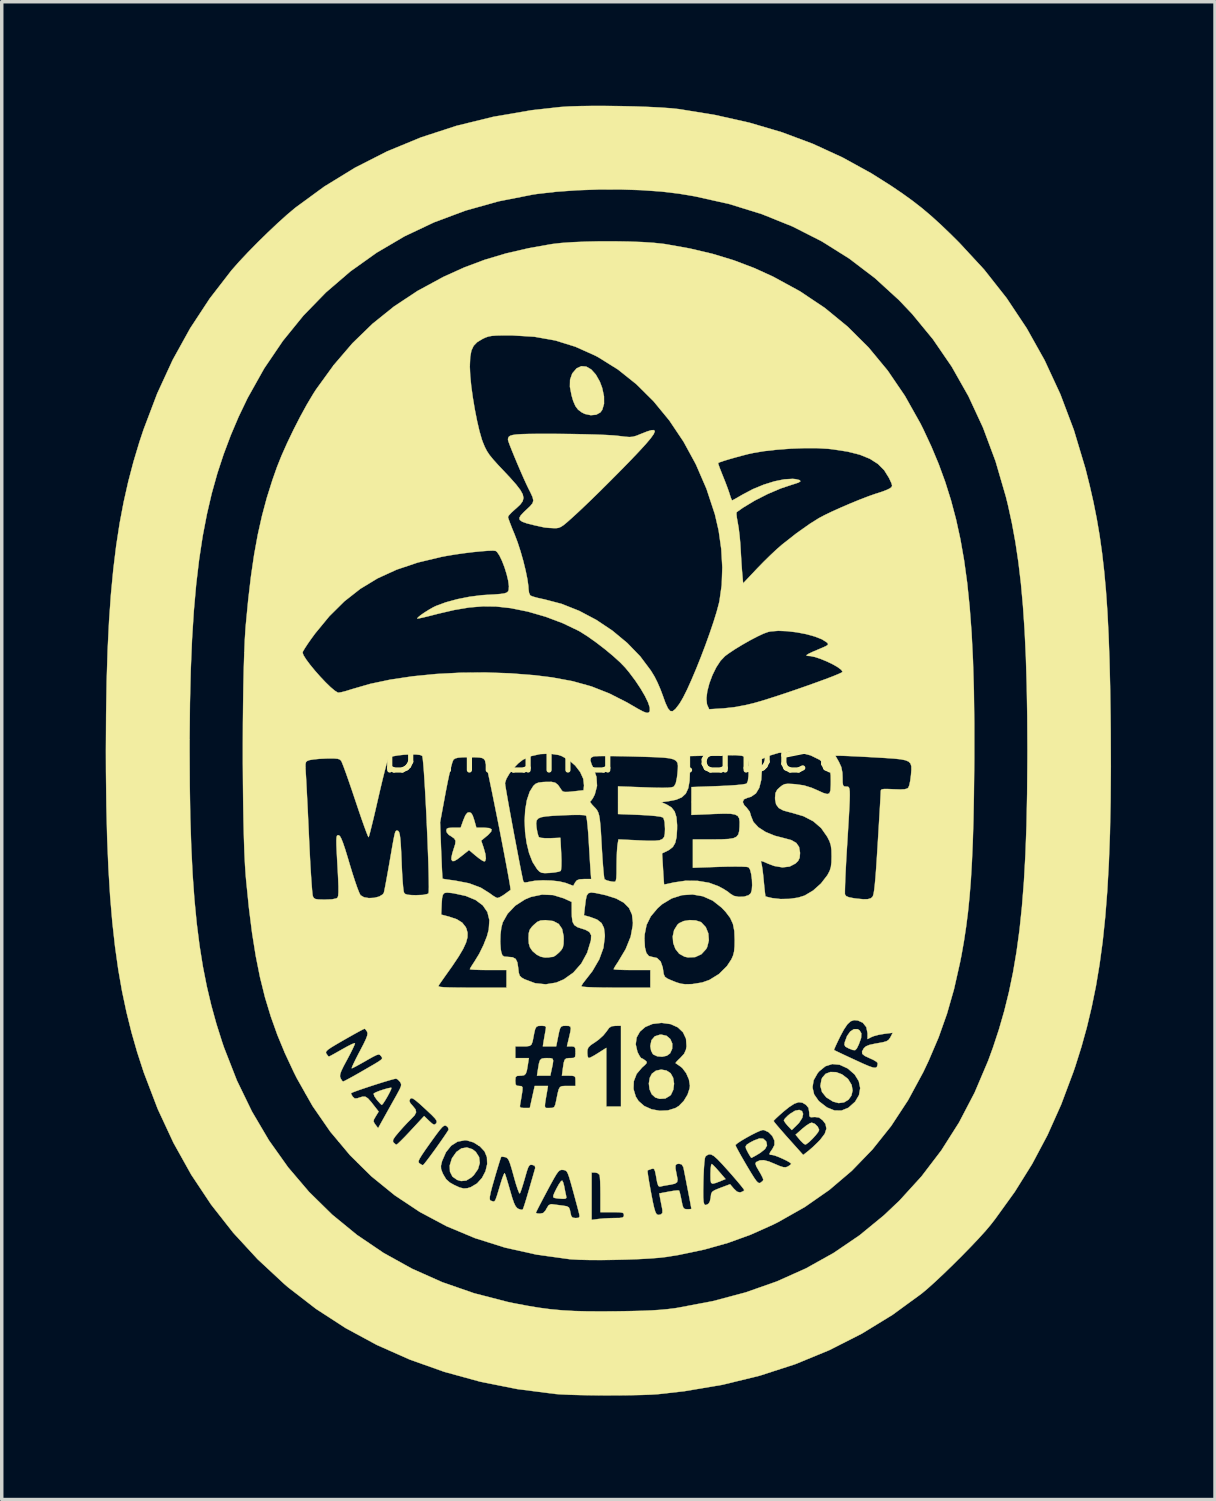
<source format=kicad_pcb>
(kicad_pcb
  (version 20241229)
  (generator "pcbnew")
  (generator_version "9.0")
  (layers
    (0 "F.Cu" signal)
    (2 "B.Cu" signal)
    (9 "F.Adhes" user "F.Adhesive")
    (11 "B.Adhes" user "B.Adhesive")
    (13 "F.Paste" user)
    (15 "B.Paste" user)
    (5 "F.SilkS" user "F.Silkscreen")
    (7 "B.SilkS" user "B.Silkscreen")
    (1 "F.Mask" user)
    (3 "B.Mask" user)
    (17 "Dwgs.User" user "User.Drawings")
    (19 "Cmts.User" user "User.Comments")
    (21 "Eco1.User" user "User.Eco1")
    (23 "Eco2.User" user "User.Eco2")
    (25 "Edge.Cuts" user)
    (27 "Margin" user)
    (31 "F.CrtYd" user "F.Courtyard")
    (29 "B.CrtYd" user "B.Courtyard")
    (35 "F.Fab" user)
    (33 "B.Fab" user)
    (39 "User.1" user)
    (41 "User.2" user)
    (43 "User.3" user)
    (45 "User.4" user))
  (footprint "banana-label"
    (layer "F.Cu")
    (at 14.482 18.582)
    (property "Reference" "banana-label" (at 0 0 0) (layer "F.SilkS") (effects (font (size 1.27 1.27) (thickness 0.15))))
    (attr through_hole)
    (fp_poly (pts (xy -1.647 8.892) (xy -1.591 8.911) (xy -1.574 8.965) (xy -1.588 9.071) (xy -1.612 9.184) (xy -1.658 9.398) (xy -2.042 9.398) (xy -2.012 9.202) (xy -1.985 9.043) (xy -1.954 8.949) (xy -1.903 8.905) (xy -1.818 8.891) (xy -1.752 8.89) (xy -1.647 8.892)) (stroke (width 0.01) (type solid)) (fill yes) (layer "F.SilkS"))
    (fp_poly (pts (xy 3 11.945) (xy 3.044 11.982) (xy 3.125 12.066) (xy 3.217 12.17) (xy 3.398 12.38) (xy 3.276 12.429) (xy 3.12 12.491) (xy 3.026 12.514) (xy 2.98 12.488) (xy 2.965 12.403) (xy 2.963 12.249) (xy 2.963 12.234) (xy 2.968 12.088) (xy 2.98 11.985) (xy 2.997 11.945) (xy 3 11.945)) (stroke (width 0.01) (type solid)) (fill yes) (layer "F.SilkS"))
    (fp_poly (pts (xy 5.603 10.419) (xy 5.635 10.5) (xy 5.61 10.615) (xy 5.521 10.753) (xy 5.469 10.808) (xy 5.308 10.965) (xy 5.194 10.846) (xy 5.121 10.759) (xy 5.082 10.693) (xy 5.08 10.683) (xy 5.111 10.634) (xy 5.189 10.555) (xy 5.252 10.502) (xy 5.403 10.408) (xy 5.523 10.385) (xy 5.603 10.419)) (stroke (width 0.01) (type solid)) (fill yes) (layer "F.SilkS"))
    (fp_poly (pts (xy 7.262 8.088) (xy 7.315 8.176) (xy 7.308 8.311) (xy 7.241 8.497) (xy 7.24 8.498) (xy 7.184 8.613) (xy 7.134 8.662) (xy 7.063 8.656) (xy 6.949 8.61) (xy 6.856 8.56) (xy 6.826 8.506) (xy 6.836 8.433) (xy 6.902 8.254) (xy 6.993 8.125) (xy 7.098 8.056) (xy 7.206 8.055) (xy 7.262 8.088)) (stroke (width 0.01) (type solid)) (fill yes) (layer "F.SilkS"))
    (fp_poly (pts (xy 1.694 9.249) (xy 1.813 9.327) (xy 1.886 9.459) (xy 1.912 9.628) (xy 1.891 9.801) (xy 1.825 9.944) (xy 1.801 9.971) (xy 1.661 10.056) (xy 1.495 10.066) (xy 1.37 10.026) (xy 1.268 9.933) (xy 1.205 9.79) (xy 1.185 9.623) (xy 1.211 9.459) (xy 1.273 9.34) (xy 1.39 9.253) (xy 1.541 9.222) (xy 1.694 9.249)) (stroke (width 0.01) (type solid)) (fill yes) (layer "F.SilkS"))
    (fp_poly (pts (xy 1.697 8.248) (xy 1.805 8.342) (xy 1.862 8.474) (xy 1.857 8.624) (xy 1.797 8.754) (xy 1.703 8.822) (xy 1.569 8.851) (xy 1.427 8.839) (xy 1.314 8.786) (xy 1.298 8.77) (xy 1.25 8.676) (xy 1.228 8.55) (xy 1.228 8.537) (xy 1.261 8.373) (xy 1.357 8.262) (xy 1.508 8.214) (xy 1.545 8.213) (xy 1.697 8.248)) (stroke (width 0.01) (type solid)) (fill yes) (layer "F.SilkS"))
    (fp_poly (pts (xy -3.905 11.519) (xy -3.807 11.596) (xy -3.712 11.744) (xy -3.692 11.914) (xy -3.743 12.092) (xy -3.863 12.264) (xy -3.934 12.332) (xy -4.083 12.423) (xy -4.232 12.437) (xy -4.345 12.404) (xy -4.479 12.31) (xy -4.552 12.167) (xy -4.56 11.991) (xy -4.5 11.795) (xy -4.488 11.77) (xy -4.366 11.597) (xy -4.221 11.495) (xy -4.063 11.468) (xy -3.905 11.519)) (stroke (width 0.01) (type solid)) (fill yes) (layer "F.SilkS"))
    (fp_poly (pts (xy 5.973 10.787) (xy 6.055 10.867) (xy 6.096 10.957) (xy 6.096 10.966) (xy 6.068 11.026) (xy 5.996 11.118) (xy 5.902 11.221) (xy 5.806 11.313) (xy 5.727 11.373) (xy 5.696 11.385) (xy 5.643 11.353) (xy 5.565 11.276) (xy 5.535 11.241) (xy 5.418 11.1) (xy 5.615 10.926) (xy 5.73 10.834) (xy 5.83 10.771) (xy 5.884 10.753) (xy 5.973 10.787)) (stroke (width 0.01) (type solid)) (fill yes) (layer "F.SilkS"))
    (fp_poly (pts (xy 6.587 9.296) (xy 6.754 9.358) (xy 6.91 9.475) (xy 6.939 9.506) (xy 7.035 9.665) (xy 7.062 9.825) (xy 7.028 9.972) (xy 6.943 10.091) (xy 6.817 10.167) (xy 6.661 10.188) (xy 6.498 10.145) (xy 6.303 10.022) (xy 6.18 9.869) (xy 6.133 9.694) (xy 6.165 9.507) (xy 6.188 9.454) (xy 6.285 9.343) (xy 6.424 9.291) (xy 6.587 9.296)) (stroke (width 0.01) (type solid)) (fill yes) (layer "F.SilkS"))
    (fp_poly (pts (xy -6.24 9.748) (xy -6.25 9.79) (xy -6.292 9.88) (xy -6.353 9.994) (xy -6.42 10.108) (xy -6.479 10.198) (xy -6.516 10.24) (xy -6.519 10.241) (xy -6.557 10.21) (xy -6.626 10.134) (xy -6.663 10.091) (xy -6.731 9.994) (xy -6.754 9.924) (xy -6.748 9.909) (xy -6.687 9.876) (xy -6.581 9.834) (xy -6.456 9.793) (xy -6.339 9.76) (xy -6.259 9.745) (xy -6.24 9.748)) (stroke (width 0.01) (type solid)) (fill yes) (layer "F.SilkS"))
    (fp_poly (pts (xy 4.484 11.214) (xy 4.563 11.287) (xy 4.575 11.308) (xy 4.594 11.41) (xy 4.538 11.512) (xy 4.403 11.621) (xy 4.343 11.658) (xy 4.234 11.721) (xy 4.16 11.761) (xy 4.141 11.768) (xy 4.115 11.735) (xy 4.064 11.65) (xy 4.037 11.601) (xy 3.988 11.503) (xy 3.977 11.436) (xy 4.015 11.382) (xy 4.112 11.322) (xy 4.22 11.266) (xy 4.374 11.208) (xy 4.484 11.214)) (stroke (width 0.01) (type solid)) (fill yes) (layer "F.SilkS"))
    (fp_poly (pts (xy -1.316 12.422) (xy -1.287 12.475) (xy -1.259 12.577) (xy -1.254 12.604) (xy -1.229 12.737) (xy -1.204 12.85) (xy -1.202 12.859) (xy -1.193 12.923) (xy -1.231 12.948) (xy -1.318 12.949) (xy -1.44 12.94) (xy -1.533 12.925) (xy -1.534 12.925) (xy -1.569 12.907) (xy -1.574 12.867) (xy -1.545 12.788) (xy -1.479 12.653) (xy -1.41 12.529) (xy -1.352 12.446) (xy -1.317 12.422) (xy -1.316 12.422)) (stroke (width 0.01) (type solid)) (fill yes) (layer "F.SilkS"))
    (fp_poly (pts (xy 2.537 4.919) (xy 2.68 4.964) (xy 2.7 4.977) (xy 2.828 5.114) (xy 2.901 5.295) (xy 2.916 5.494) (xy 2.868 5.687) (xy 2.838 5.744) (xy 2.701 5.894) (xy 2.521 5.977) (xy 2.314 5.986) (xy 2.215 5.965) (xy 2.061 5.88) (xy 1.951 5.741) (xy 1.887 5.568) (xy 1.874 5.38) (xy 1.913 5.199) (xy 2.009 5.044) (xy 2.06 4.998) (xy 2.191 4.937) (xy 2.362 4.91) (xy 2.537 4.919)) (stroke (width 0.01) (type solid)) (fill yes) (layer "F.SilkS"))
    (fp_poly (pts (xy -0.62 -11.057) (xy -0.478 -10.975) (xy -0.345 -10.828) (xy -0.228 -10.621) (xy -0.161 -10.441) (xy -0.109 -10.198) (xy -0.108 -9.983) (xy -0.159 -9.811) (xy -0.215 -9.734) (xy -0.334 -9.669) (xy -0.491 -9.655) (xy -0.659 -9.691) (xy -0.749 -9.735) (xy -0.856 -9.815) (xy -0.934 -9.919) (xy -0.998 -10.068) (xy -1.043 -10.222) (xy -1.092 -10.475) (xy -1.088 -10.678) (xy -1.029 -10.847) (xy -1.016 -10.87) (xy -0.897 -11.008) (xy -0.762 -11.069) (xy -0.62 -11.057)) (stroke (width 0.01) (type solid)) (fill yes) (layer "F.SilkS"))
    (fp_poly (pts (xy -1.573 4.937) (xy -1.416 5.02) (xy -1.318 5.163) (xy -1.274 5.369) (xy -1.271 5.447) (xy -1.275 5.599) (xy -1.295 5.698) (xy -1.341 5.775) (xy -1.4 5.839) (xy -1.491 5.919) (xy -1.564 5.965) (xy -1.58 5.97) (xy -1.662 5.978) (xy -1.714 5.988) (xy -1.815 5.989) (xy -1.933 5.966) (xy -2.051 5.906) (xy -2.163 5.811) (xy -2.177 5.796) (xy -2.245 5.695) (xy -2.278 5.583) (xy -2.286 5.432) (xy -2.28 5.288) (xy -2.252 5.19) (xy -2.189 5.103) (xy -2.142 5.055) (xy -2.037 4.963) (xy -1.939 4.921) (xy -1.802 4.911) (xy -1.792 4.911) (xy -1.573 4.937)) (stroke (width 0.01) (type solid)) (fill yes) (layer "F.SilkS"))
    (fp_poly (pts (xy -3.943 1.819) (xy -3.897 1.891) (xy -3.853 2.021) (xy -3.79 2.244) (xy -3.567 2.244) (xy -3.419 2.255) (xy -3.351 2.29) (xy -3.362 2.354) (xy -3.449 2.45) (xy -3.498 2.491) (xy -3.651 2.617) (xy -3.582 2.819) (xy -3.531 3) (xy -3.516 3.132) (xy -3.537 3.206) (xy -3.564 3.217) (xy -3.621 3.192) (xy -3.718 3.125) (xy -3.809 3.053) (xy -4.003 2.889) (xy -4.208 3.053) (xy -4.342 3.156) (xy -4.428 3.205) (xy -4.479 3.207) (xy -4.51 3.166) (xy -4.511 3.163) (xy -4.509 3.097) (xy -4.483 2.979) (xy -4.446 2.861) (xy -4.4 2.715) (xy -4.391 2.622) (xy -4.428 2.556) (xy -4.521 2.49) (xy -4.583 2.453) (xy -4.645 2.379) (xy -4.657 2.327) (xy -4.645 2.276) (xy -4.595 2.252) (xy -4.487 2.244) (xy -4.45 2.244) (xy -4.244 2.244) (xy -4.164 2.021) (xy -4.106 1.884) (xy -4.051 1.815) (xy -4 1.799) (xy -3.943 1.819)) (stroke (width 0.01) (type solid)) (fill yes) (layer "F.SilkS"))
    (fp_poly (pts (xy 1.357 -9.188) (xy 1.325 -9.111) (xy 1.238 -8.989) (xy 1.095 -8.82) (xy 0.893 -8.6) (xy 0.632 -8.326) (xy 0.519 -8.21) (xy 0.268 -7.955) (xy 0.005 -7.691) (xy -0.255 -7.433) (xy -0.498 -7.196) (xy -0.709 -6.994) (xy -0.838 -6.872) (xy -1.03 -6.696) (xy -1.171 -6.57) (xy -1.275 -6.484) (xy -1.354 -6.433) (xy -1.419 -6.406) (xy -1.482 -6.397) (xy -1.557 -6.397) (xy -1.558 -6.397) (xy -1.697 -6.404) (xy -1.812 -6.415) (xy -1.841 -6.42) (xy -2.125 -6.482) (xy -2.332 -6.534) (xy -2.468 -6.583) (xy -2.539 -6.634) (xy -2.55 -6.693) (xy -2.509 -6.766) (xy -2.422 -6.859) (xy -2.357 -6.92) (xy -2.238 -7.032) (xy -2.169 -7.116) (xy -2.147 -7.195) (xy -2.169 -7.292) (xy -2.232 -7.43) (xy -2.283 -7.529) (xy -2.344 -7.656) (xy -2.422 -7.827) (xy -2.51 -8.027) (xy -2.601 -8.239) (xy -2.689 -8.449) (xy -2.767 -8.64) (xy -2.829 -8.797) (xy -2.868 -8.905) (xy -2.879 -8.946) (xy -2.874 -8.993) (xy -2.856 -9.031) (xy -2.816 -9.061) (xy -2.745 -9.083) (xy -2.635 -9.099) (xy -2.478 -9.109) (xy -2.267 -9.115) (xy -1.992 -9.117) (xy -1.645 -9.117) (xy -1.401 -9.116) (xy -1.022 -9.112) (xy -0.662 -9.105) (xy -0.336 -9.096) (xy -0.055 -9.085) (xy 0.166 -9.072) (xy 0.317 -9.057) (xy 0.318 -9.057) (xy 0.501 -9.034) (xy 0.628 -9.025) (xy 0.727 -9.034) (xy 0.826 -9.062) (xy 0.951 -9.113) (xy 0.962 -9.117) (xy 1.136 -9.186) (xy 1.261 -9.223) (xy 1.335 -9.225) (xy 1.357 -9.188)) (stroke (width 0.01) (type solid)) (fill yes) (layer "F.SilkS"))
    (fp_poly (pts (xy -0.029 -18.576) (xy 0.38 -18.571) (xy 0.786 -18.562) (xy 1.173 -18.548) (xy 1.525 -18.53) (xy 1.825 -18.509) (xy 2.053 -18.485) (xy 3.102 -18.314) (xy 4.09 -18.092) (xy 5.025 -17.816) (xy 5.916 -17.483) (xy 6.771 -17.09) (xy 7.6 -16.634) (xy 8.17 -16.274) (xy 8.5 -16.05) (xy 8.791 -15.84) (xy 9.061 -15.63) (xy 9.326 -15.406) (xy 9.603 -15.155) (xy 9.907 -14.863) (xy 10.141 -14.63) (xy 10.856 -13.857) (xy 11.504 -13.035) (xy 12.085 -12.162) (xy 12.602 -11.238) (xy 13.055 -10.261) (xy 13.445 -9.228) (xy 13.772 -8.139) (xy 13.781 -8.107) (xy 13.902 -7.624) (xy 14.01 -7.148) (xy 14.105 -6.67) (xy 14.188 -6.183) (xy 14.259 -5.678) (xy 14.32 -5.147) (xy 14.371 -4.584) (xy 14.413 -3.979) (xy 14.446 -3.324) (xy 14.472 -2.613) (xy 14.491 -1.836) (xy 14.504 -0.987) (xy 14.508 -0.585) (xy 14.512 0.488) (xy 14.505 1.484) (xy 14.486 2.408) (xy 14.454 3.267) (xy 14.409 4.068) (xy 14.35 4.817) (xy 14.277 5.52) (xy 14.187 6.183) (xy 14.082 6.814) (xy 13.959 7.418) (xy 13.82 8.001) (xy 13.662 8.57) (xy 13.485 9.132) (xy 13.432 9.287) (xy 13.079 10.229) (xy 12.685 11.11) (xy 12.242 11.944) (xy 11.741 12.747) (xy 11.173 13.535) (xy 11.043 13.702) (xy 10.899 13.873) (xy 10.705 14.087) (xy 10.474 14.331) (xy 10.219 14.592) (xy 9.954 14.856) (xy 9.691 15.111) (xy 9.444 15.343) (xy 9.226 15.539) (xy 9.059 15.679) (xy 8.216 16.295) (xy 7.326 16.84) (xy 6.39 17.315) (xy 5.41 17.719) (xy 4.385 18.051) (xy 3.316 18.312) (xy 2.206 18.5) (xy 1.46 18.584) (xy 1.252 18.598) (xy 0.976 18.608) (xy 0.651 18.615) (xy 0.293 18.619) (xy -0.08 18.62) (xy -0.449 18.617) (xy -0.799 18.611) (xy -1.111 18.602) (xy -1.368 18.59) (xy -1.503 18.58) (xy -2.61 18.438) (xy -3.682 18.224) (xy -4.717 17.94) (xy -5.711 17.587) (xy -6.662 17.165) (xy -7.565 16.677) (xy -8.418 16.123) (xy -9.219 15.504) (xy -9.332 15.407) (xy -10.101 14.692) (xy -10.803 13.93) (xy -11.44 13.119) (xy -12.015 12.254) (xy -12.528 11.334) (xy -12.983 10.356) (xy -13.38 9.316) (xy -13.39 9.287) (xy -13.574 8.721) (xy -13.738 8.149) (xy -13.883 7.565) (xy -14.011 6.962) (xy -14.121 6.332) (xy -14.214 5.67) (xy -14.292 4.968) (xy -14.355 4.22) (xy -14.404 3.418) (xy -14.44 2.557) (xy -14.463 1.629) (xy -14.475 0.628) (xy -14.477 0.021) (xy -12.063 0.021) (xy -12.058 1.023) (xy -12.043 1.947) (xy -12.015 2.801) (xy -11.976 3.591) (xy -11.923 4.324) (xy -11.857 5.006) (xy -11.776 5.646) (xy -11.68 6.248) (xy -11.567 6.821) (xy -11.437 7.37) (xy -11.29 7.903) (xy -11.124 8.427) (xy -11.071 8.583) (xy -10.699 9.535) (xy -10.265 10.43) (xy -9.773 11.265) (xy -9.222 12.04) (xy -8.615 12.753) (xy -7.952 13.404) (xy -7.235 13.991) (xy -6.466 14.512) (xy -5.645 14.967) (xy -4.774 15.355) (xy -3.855 15.674) (xy -2.888 15.924) (xy -2.711 15.961) (xy -2.331 16.033) (xy -1.984 16.091) (xy -1.651 16.135) (xy -1.315 16.166) (xy -0.959 16.186) (xy -0.565 16.196) (xy -0.116 16.197) (xy 0.233 16.195) (xy 0.643 16.188) (xy 0.984 16.18) (xy 1.268 16.168) (xy 1.511 16.152) (xy 1.726 16.132) (xy 1.929 16.107) (xy 2.012 16.094) (xy 3.022 15.903) (xy 3.975 15.65) (xy 4.874 15.334) (xy 5.72 14.955) (xy 6.517 14.51) (xy 7.266 14) (xy 7.97 13.422) (xy 8.418 12.997) (xy 9.051 12.302) (xy 9.622 11.553) (xy 10.133 10.748) (xy 10.583 9.885) (xy 10.975 8.962) (xy 11.113 8.583) (xy 11.285 8.06) (xy 11.438 7.529) (xy 11.573 6.983) (xy 11.691 6.415) (xy 11.792 5.82) (xy 11.878 5.189) (xy 11.948 4.516) (xy 12.005 3.795) (xy 12.048 3.019) (xy 12.079 2.181) (xy 12.097 1.273) (xy 12.105 0.291) (xy 12.106 0.021) (xy 12.101 -0.954) (xy 12.086 -1.852) (xy 12.061 -2.68) (xy 12.025 -3.443) (xy 11.977 -4.15) (xy 11.918 -4.805) (xy 11.845 -5.418) (xy 11.759 -5.993) (xy 11.659 -6.538) (xy 11.545 -7.06) (xy 11.485 -7.303) (xy 11.186 -8.328) (xy 10.825 -9.296) (xy 10.404 -10.204) (xy 9.923 -11.054) (xy 9.381 -11.845) (xy 8.779 -12.577) (xy 8.402 -12.974) (xy 7.708 -13.608) (xy 6.966 -14.173) (xy 6.174 -14.67) (xy 5.332 -15.098) (xy 4.441 -15.457) (xy 3.501 -15.748) (xy 2.512 -15.969) (xy 2.053 -16.046) (xy 1.543 -16.107) (xy 0.973 -16.147) (xy 0.364 -16.167) (xy -0.262 -16.166) (xy -0.882 -16.144) (xy -1.475 -16.102) (xy -2.02 -16.04) (xy -2.159 -16.02) (xy -3.153 -15.824) (xy -4.102 -15.558) (xy -5.006 -15.221) (xy -5.862 -14.816) (xy -6.669 -14.342) (xy -7.425 -13.803) (xy -8.129 -13.198) (xy -8.779 -12.53) (xy -9.373 -11.798) (xy -9.911 -11.005) (xy -10.389 -10.152) (xy -10.648 -9.612) (xy -10.876 -9.076) (xy -11.08 -8.533) (xy -11.263 -7.977) (xy -11.424 -7.401) (xy -11.564 -6.799) (xy -11.686 -6.165) (xy -11.788 -5.493) (xy -11.873 -4.776) (xy -11.941 -4.009) (xy -11.993 -3.185) (xy -12.03 -2.297) (xy -12.053 -1.34) (xy -12.063 -0.307) (xy -12.063 0.021) (xy -14.477 0.021) (xy -14.471 -1.021) (xy -14.455 -1.987) (xy -14.427 -2.882) (xy -14.386 -3.713) (xy -14.332 -4.487) (xy -14.263 -5.211) (xy -14.18 -5.891) (xy -14.081 -6.535) (xy -13.965 -7.149) (xy -13.832 -7.74) (xy -13.681 -8.315) (xy -13.511 -8.881) (xy -13.39 -9.244) (xy -12.998 -10.278) (xy -12.551 -11.249) (xy -12.046 -12.162) (xy -11.482 -13.021) (xy -10.857 -13.83) (xy -10.846 -13.843) (xy -10.639 -14.078) (xy -10.386 -14.348) (xy -10.104 -14.635) (xy -9.81 -14.923) (xy -9.52 -15.197) (xy -9.251 -15.439) (xy -9.02 -15.633) (xy -9.017 -15.636) (xy -8.18 -16.249) (xy -7.295 -16.792) (xy -6.364 -17.266) (xy -5.387 -17.669) (xy -4.366 -18.002) (xy -3.301 -18.263) (xy -2.195 -18.453) (xy -1.359 -18.546) (xy -1.105 -18.562) (xy -0.788 -18.572) (xy -0.424 -18.577) (xy -0.029 -18.576)) (stroke (width 0.01) (type solid)) (fill yes) (layer "F.SilkS"))
    (fp_poly (pts (xy 0.606 -14.664) (xy 0.992 -14.65) (xy 1.333 -14.627) (xy 1.611 -14.597) (xy 1.651 -14.592) (xy 2.368 -14.464) (xy 3.022 -14.31) (xy 3.634 -14.124) (xy 4.222 -13.901) (xy 4.763 -13.655) (xy 5.541 -13.231) (xy 6.259 -12.751) (xy 6.919 -12.21) (xy 7.524 -11.608) (xy 8.074 -10.943) (xy 8.572 -10.212) (xy 9.02 -9.414) (xy 9.101 -9.252) (xy 9.335 -8.75) (xy 9.546 -8.245) (xy 9.734 -7.731) (xy 9.9 -7.203) (xy 10.046 -6.653) (xy 10.172 -6.077) (xy 10.279 -5.467) (xy 10.368 -4.818) (xy 10.439 -4.124) (xy 10.495 -3.379) (xy 10.535 -2.575) (xy 10.561 -1.709) (xy 10.573 -0.772) (xy 10.573 0.241) (xy 10.57 0.572) (xy 10.561 1.341) (xy 10.548 2.034) (xy 10.529 2.66) (xy 10.504 3.229) (xy 10.474 3.749) (xy 10.436 4.228) (xy 10.391 4.676) (xy 10.337 5.102) (xy 10.275 5.514) (xy 10.203 5.922) (xy 10.16 6.138) (xy 9.988 6.902) (xy 9.785 7.611) (xy 9.544 8.292) (xy 9.254 8.971) (xy 9.101 9.294) (xy 8.662 10.106) (xy 8.174 10.85) (xy 7.634 11.527) (xy 7.04 12.141) (xy 6.391 12.693) (xy 5.684 13.186) (xy 4.917 13.62) (xy 4.763 13.697) (xy 4.122 13.984) (xy 3.471 14.22) (xy 2.79 14.412) (xy 2.058 14.566) (xy 1.693 14.626) (xy 1.487 14.65) (xy 1.214 14.671) (xy 0.893 14.689) (xy 0.541 14.702) (xy 0.176 14.711) (xy -0.184 14.716) (xy -0.52 14.715) (xy -0.815 14.708) (xy -1.051 14.695) (xy -1.101 14.691) (xy -2.055 14.559) (xy -2.966 14.356) (xy -3.832 14.083) (xy -4.651 13.74) (xy -5.374 13.354) (xy -2.074 13.354) (xy -2.038 13.371) (xy -1.955 13.377) (xy -1.862 13.358) (xy -1.795 13.286) (xy -1.768 13.234) (xy -1.707 13.136) (xy -1.64 13.104) (xy -1.601 13.106) (xy -1.499 13.12) (xy -1.358 13.138) (xy -1.305 13.145) (xy -1.184 13.164) (xy -1.122 13.198) (xy -1.093 13.266) (xy -1.079 13.337) (xy -1.054 13.445) (xy -1.013 13.493) (xy -0.935 13.504) (xy -0.924 13.504) (xy -0.837 13.497) (xy -0.813 13.457) (xy -0.824 13.388) (xy -0.845 13.305) (xy -0.883 13.159) (xy -0.934 12.97) (xy -0.992 12.755) (xy -1.007 12.7) (xy -1.07 12.474) (xy -1.117 12.317) (xy -1.154 12.216) (xy -1.167 12.192) (xy -0.466 12.192) (xy -0.466 13.558) (xy -0.269 13.531) (xy -0.115 13.516) (xy 0.074 13.507) (xy 0.196 13.504) (xy 0.343 13.502) (xy 0.425 13.489) (xy 0.459 13.462) (xy 0.466 13.42) (xy 0.459 13.377) (xy 0.426 13.352) (xy 0.351 13.34) (xy 0.216 13.335) (xy 0.127 13.335) (xy -0.212 13.335) (xy -0.212 12.83) (xy -0.214 12.627) (xy -0.219 12.451) (xy -0.228 12.321) (xy -0.237 12.259) (xy -0.295 12.207) (xy -0.364 12.192) (xy -0.466 12.192) (xy -1.167 12.192) (xy -1.187 12.157) (xy -1.219 12.133) (xy 1.147 12.133) (xy 1.149 12.178) (xy 1.164 12.291) (xy 1.191 12.457) (xy 1.228 12.663) (xy 1.25 12.784) (xy 1.298 13.034) (xy 1.338 13.211) (xy 1.373 13.327) (xy 1.408 13.391) (xy 1.45 13.414) (xy 1.503 13.408) (xy 1.537 13.396) (xy 1.575 13.358) (xy 1.576 13.274) (xy 1.566 13.216) (xy 1.537 13.069) (xy 1.51 12.93) (xy 1.51 12.927) (xy 1.486 12.794) (xy 1.761 12.742) (xy 1.903 12.718) (xy 2.01 12.707) (xy 2.057 12.711) (xy 2.075 12.76) (xy 2.101 12.868) (xy 2.126 12.991) (xy 2.155 13.133) (xy 2.183 13.211) (xy 2.223 13.243) (xy 2.288 13.25) (xy 2.293 13.25) (xy 2.379 13.247) (xy 2.413 13.24) (xy 2.405 13.195) (xy 2.385 13.085) (xy 2.355 12.928) (xy 2.319 12.743) (xy 2.314 12.715) (xy 2.753 12.715) (xy 2.754 12.906) (xy 2.763 13.033) (xy 2.782 13.103) (xy 2.814 13.129) (xy 2.86 13.118) (xy 2.907 13.09) (xy 2.943 13.031) (xy 2.968 12.923) (xy 2.971 12.896) (xy 2.982 12.808) (xy 3.011 12.75) (xy 3.075 12.705) (xy 3.193 12.655) (xy 3.256 12.631) (xy 3.528 12.529) (xy 3.637 12.657) (xy 3.728 12.743) (xy 3.808 12.765) (xy 3.842 12.759) (xy 3.916 12.725) (xy 3.937 12.698) (xy 3.91 12.656) (xy 3.836 12.562) (xy 3.725 12.429) (xy 3.585 12.267) (xy 3.484 12.152) (xy 3.302 11.95) (xy 3.164 11.806) (xy 3.061 11.715) (xy 2.982 11.671) (xy 2.917 11.667) (xy 2.857 11.697) (xy 2.815 11.733) (xy 2.8 11.787) (xy 2.785 11.911) (xy 2.772 12.09) (xy 2.762 12.308) (xy 2.758 12.448) (xy 2.753 12.715) (xy 2.314 12.715) (xy 2.281 12.548) (xy 2.245 12.36) (xy 2.213 12.199) (xy 2.19 12.082) (xy 2.179 12.033) (xy 2.131 11.956) (xy 2.052 11.938) (xy 1.987 11.948) (xy 1.955 11.988) (xy 1.954 12.074) (xy 1.981 12.221) (xy 1.992 12.273) (xy 2.014 12.394) (xy 2 12.469) (xy 1.935 12.513) (xy 1.806 12.542) (xy 1.744 12.551) (xy 1.617 12.573) (xy 1.523 12.594) (xy 1.503 12.6) (xy 1.458 12.577) (xy 1.425 12.476) (xy 1.422 12.459) (xy 1.389 12.275) (xy 1.365 12.16) (xy 1.342 12.099) (xy 1.314 12.079) (xy 1.274 12.084) (xy 1.256 12.09) (xy 1.176 12.118) (xy 1.147 12.133) (xy -1.219 12.133) (xy -1.224 12.129) (xy -1.269 12.119) (xy -1.291 12.116) (xy -1.34 12.115) (xy -1.382 12.128) (xy -1.426 12.166) (xy -1.48 12.239) (xy -1.55 12.357) (xy -1.647 12.532) (xy -1.746 12.717) (xy -1.856 12.924) (xy -1.95 13.104) (xy -2.022 13.244) (xy -2.065 13.331) (xy -2.074 13.354) (xy -5.374 13.354) (xy -5.423 13.328) (xy -5.985 12.954) (xy -3.406 12.954) (xy -3.392 12.992) (xy -3.383 13) (xy -3.309 13.026) (xy -3.283 13.025) (xy -3.265 13.015) (xy -3.247 12.992) (xy -3.225 12.94) (xy -3.193 12.847) (xy -3.148 12.699) (xy -3.088 12.497) (xy -3.042 12.353) (xy -3.002 12.251) (xy -2.977 12.209) (xy -2.974 12.21) (xy -2.954 12.257) (xy -2.918 12.369) (xy -2.87 12.529) (xy -2.818 12.709) (xy -2.756 12.923) (xy -2.705 13.069) (xy -2.661 13.161) (xy -2.615 13.215) (xy -2.581 13.238) (xy -2.497 13.266) (xy -2.453 13.259) (xy -2.432 13.209) (xy -2.394 13.094) (xy -2.343 12.929) (xy -2.285 12.73) (xy -2.27 12.679) (xy -2.21 12.47) (xy -2.157 12.287) (xy -2.117 12.147) (xy -2.094 12.067) (xy -2.092 12.06) (xy -2.106 11.998) (xy -2.175 11.971) (xy -2.223 11.967) (xy -2.26 11.986) (xy -2.294 12.041) (xy -2.332 12.148) (xy -2.382 12.321) (xy -2.392 12.357) (xy -2.444 12.533) (xy -2.49 12.678) (xy -2.525 12.772) (xy -2.538 12.797) (xy -2.56 12.772) (xy -2.597 12.678) (xy -2.646 12.531) (xy -2.7 12.343) (xy -2.711 12.302) (xy -2.772 12.083) (xy -2.819 11.932) (xy -2.857 11.836) (xy -2.894 11.781) (xy -2.935 11.754) (xy -2.956 11.748) (xy -3.039 11.734) (xy -3.074 11.739) (xy -3.091 11.783) (xy -3.127 11.894) (xy -3.177 12.057) (xy -3.237 12.257) (xy -3.266 12.359) (xy -3.335 12.599) (xy -3.379 12.77) (xy -3.402 12.885) (xy -3.406 12.954) (xy -5.985 12.954) (xy -6.145 12.848) (xy -6.817 12.302) (xy -7.125 11.999) (xy -4.813 11.999) (xy -4.808 12.092) (xy -4.766 12.204) (xy -4.744 12.249) (xy -4.663 12.384) (xy -4.555 12.481) (xy -4.434 12.549) (xy -4.275 12.622) (xy -4.157 12.652) (xy -4.051 12.644) (xy -3.95 12.613) (xy -3.771 12.506) (xy -3.627 12.346) (xy -3.527 12.154) (xy -3.478 11.947) (xy -3.486 11.746) (xy -3.554 11.581) (xy -3.691 11.434) (xy -3.742 11.403) (xy 3.683 11.403) (xy 3.704 11.45) (xy 3.76 11.556) (xy 3.844 11.708) (xy 3.95 11.891) (xy 4.004 11.984) (xy 4.13 12.195) (xy 4.222 12.342) (xy 4.288 12.435) (xy 4.336 12.483) (xy 4.373 12.496) (xy 4.406 12.486) (xy 4.472 12.432) (xy 4.487 12.396) (xy 4.466 12.337) (xy 4.413 12.233) (xy 4.357 12.138) (xy 4.285 12.012) (xy 4.26 11.936) (xy 4.276 11.895) (xy 4.283 11.889) (xy 4.386 11.841) (xy 4.501 11.835) (xy 4.648 11.873) (xy 4.805 11.938) (xy 4.962 12.005) (xy 5.065 12.037) (xy 5.136 12.04) (xy 5.195 12.018) (xy 5.267 11.97) (xy 5.292 11.94) (xy 5.256 11.905) (xy 5.165 11.852) (xy 5.044 11.793) (xy 4.915 11.737) (xy 4.805 11.697) (xy 4.74 11.684) (xy 4.676 11.677) (xy 4.664 11.645) (xy 4.706 11.572) (xy 4.746 11.518) (xy 4.808 11.398) (xy 4.808 11.273) (xy 4.806 11.266) (xy 4.745 11.136) (xy 4.639 11.028) (xy 4.515 10.969) (xy 4.473 10.964) (xy 4.403 10.984) (xy 4.287 11.035) (xy 4.144 11.107) (xy 3.993 11.19) (xy 3.854 11.272) (xy 3.746 11.343) (xy 3.688 11.392) (xy 3.683 11.403) (xy -3.742 11.403) (xy -3.872 11.322) (xy -4.064 11.265) (xy -4.123 11.261) (xy -4.334 11.301) (xy -4.517 11.417) (xy -4.667 11.604) (xy -4.778 11.856) (xy -4.785 11.881) (xy -4.813 11.999) (xy -7.125 11.999) (xy -7.227 11.897) (xy -5.457 11.897) (xy -5.436 11.924) (xy -5.432 11.927) (xy -5.362 11.971) (xy -5.333 11.98) (xy -5.3 11.948) (xy -5.228 11.858) (xy -5.127 11.724) (xy -5.005 11.558) (xy -4.96 11.496) (xy -4.833 11.316) (xy -4.724 11.159) (xy -4.642 11.037) (xy -4.597 10.966) (xy -4.592 10.956) (xy -4.607 10.893) (xy -4.653 10.849) (xy -4.688 10.835) (xy -4.726 10.844) (xy -4.777 10.884) (xy -4.847 10.965) (xy -4.947 11.096) (xy -5.084 11.286) (xy -5.12 11.336) (xy -5.265 11.541) (xy -5.365 11.689) (xy -5.427 11.791) (xy -5.456 11.856) (xy -5.457 11.897) (xy -7.227 11.897) (xy -7.437 11.69) (xy -7.773 11.288) (xy -6.198 11.288) (xy -6.18 11.325) (xy -6.121 11.378) (xy -6.095 11.388) (xy -6.055 11.358) (xy -5.971 11.278) (xy -5.852 11.158) (xy -5.712 11.01) (xy -5.68 10.975) (xy -5.297 10.562) (xy -5.153 10.702) (xy -5.063 10.783) (xy -5.009 10.811) (xy -4.969 10.792) (xy -4.95 10.771) (xy -4.932 10.735) (xy -4.938 10.704) (xy 4.784 10.704) (xy 4.81 10.744) (xy 4.884 10.834) (xy 4.996 10.964) (xy 5.134 11.122) (xy 5.211 11.208) (xy 5.638 11.685) (xy 5.796 11.56) (xy 5.916 11.456) (xy 6.053 11.324) (xy 6.131 11.243) (xy 6.259 11.074) (xy 6.308 10.925) (xy 6.28 10.789) (xy 6.199 10.683) (xy 6.094 10.605) (xy 5.976 10.589) (xy 5.95 10.591) (xy 5.855 10.596) (xy 5.817 10.566) (xy 5.812 10.476) (xy 5.813 10.463) (xy 5.79 10.326) (xy 5.719 10.239) (xy 5.614 10.176) (xy 5.507 10.163) (xy 5.383 10.205) (xy 5.229 10.305) (xy 5.088 10.418) (xy 4.956 10.533) (xy 4.853 10.628) (xy 4.793 10.689) (xy 4.784 10.704) (xy -4.938 10.704) (xy -4.94 10.692) (xy -4.984 10.63) (xy -5.072 10.538) (xy -5.213 10.405) (xy -5.271 10.351) (xy -5.432 10.204) (xy -5.544 10.11) (xy -5.618 10.059) (xy -5.664 10.046) (xy -5.695 10.062) (xy -5.701 10.07) (xy -5.723 10.125) (xy -5.697 10.188) (xy -5.624 10.272) (xy -5.546 10.369) (xy -5.528 10.452) (xy -5.573 10.542) (xy -5.685 10.659) (xy -5.694 10.668) (xy -5.779 10.753) (xy -5.895 10.877) (xy -6.016 11.013) (xy -6.02 11.018) (xy -6.128 11.147) (xy -6.185 11.232) (xy -6.198 11.288) (xy -7.773 11.288) (xy -8.004 11.013) (xy -8.516 10.272) (xy -8.724 9.905) (xy -7.408 9.905) (xy -7.386 9.957) (xy -7.354 10.006) (xy -7.299 10.055) (xy -7.223 10.05) (xy -7.182 10.035) (xy -7.074 10.002) (xy -6.993 10.004) (xy -6.917 10.053) (xy -6.823 10.159) (xy -6.782 10.212) (xy -6.609 10.433) (xy -6.694 10.571) (xy -6.747 10.664) (xy -6.755 10.724) (xy -6.719 10.788) (xy -6.702 10.81) (xy -6.625 10.912) (xy -6.422 10.547) (xy -6.313 10.351) (xy -6.2 10.149) (xy -6.101 9.973) (xy -6.074 9.923) (xy -6 9.785) (xy -5.964 9.698) (xy -5.961 9.638) (xy -5.987 9.585) (xy -5.994 9.574) (xy -6.06 9.505) (xy -6.108 9.483) (xy -6.17 9.495) (xy -6.291 9.528) (xy -6.455 9.577) (xy -6.644 9.636) (xy -6.842 9.7) (xy -7.034 9.764) (xy -7.201 9.821) (xy -7.329 9.868) (xy -7.399 9.898) (xy -7.408 9.905) (xy -8.724 9.905) (xy -8.971 9.468) (xy -9.058 9.294) (xy -9.31 8.755) (xy -9.322 8.726) (xy -8.13 8.726) (xy -8.12 8.76) (xy -8.116 8.766) (xy -8.068 8.83) (xy -8.044 8.847) (xy -8 8.826) (xy -7.901 8.772) (xy -7.762 8.694) (xy -7.662 8.637) (xy -7.509 8.552) (xy -7.386 8.49) (xy -7.309 8.46) (xy -7.291 8.461) (xy -7.306 8.508) (xy -7.354 8.614) (xy -7.428 8.763) (xy -7.517 8.931) (xy -7.62 9.123) (xy -7.685 9.258) (xy -7.718 9.351) (xy -7.724 9.416) (xy -7.71 9.468) (xy -7.666 9.542) (xy -7.635 9.567) (xy -7.589 9.547) (xy -7.485 9.492) (xy -7.336 9.411) (xy -7.158 9.31) (xy -7.115 9.285) (xy -6.885 9.152) (xy -6.718 9.055) (xy -6.607 8.987) (xy -6.541 8.939) (xy -6.511 8.906) (xy -6.509 8.88) (xy -6.526 8.853) (xy -6.543 8.83) (xy -6.573 8.797) (xy -6.611 8.786) (xy -6.672 8.803) (xy -6.772 8.852) (xy -6.924 8.937) (xy -6.978 8.969) (xy -7.138 9.059) (xy -7.271 9.132) (xy -7.359 9.176) (xy -7.386 9.186) (xy -7.378 9.151) (xy -7.336 9.056) (xy -7.267 8.914) (xy -7.177 8.738) (xy -7.156 8.7) (xy -7.079 8.551) (xy -2.667 8.551) (xy -2.667 8.89) (xy -2.276 8.89) (xy -2.306 9.086) (xy -2.333 9.246) (xy -2.364 9.339) (xy -2.411 9.384) (xy -2.487 9.397) (xy -2.523 9.398) (xy -2.62 9.405) (xy -2.659 9.443) (xy -2.667 9.538) (xy -2.667 9.546) (xy -2.659 9.646) (xy -2.624 9.687) (xy -2.555 9.694) (xy -2.487 9.7) (xy -2.459 9.733) (xy -2.461 9.815) (xy -2.469 9.874) (xy -2.493 10.027) (xy -2.518 10.17) (xy -2.522 10.192) (xy -2.536 10.283) (xy -2.511 10.321) (xy -2.426 10.329) (xy -2.4 10.329) (xy -2.249 10.329) (xy -2.108 9.694) (xy -1.725 9.694) (xy -1.751 9.853) (xy -1.787 10.059) (xy -1.808 10.196) (xy -1.814 10.277) (xy -1.801 10.317) (xy -1.769 10.33) (xy -1.714 10.33) (xy -1.681 10.329) (xy -1.596 10.326) (xy -1.546 10.302) (xy -1.515 10.237) (xy -1.487 10.113) (xy -1.482 10.086) (xy -1.445 9.904) (xy -1.415 9.79) (xy -1.378 9.727) (xy -1.323 9.7) (xy -1.235 9.694) (xy -1.161 9.694) (xy -0.931 9.694) (xy -0.931 9.546) (xy -0.935 9.456) (xy -0.962 9.413) (xy -1.034 9.399) (xy -1.127 9.398) (xy -1.323 9.398) (xy -1.294 9.178) (xy -1.271 9.026) (xy -1.244 8.94) (xy -1.199 8.901) (xy -1.122 8.89) (xy -1.077 8.89) (xy -0.984 8.885) (xy -0.942 8.853) (xy -0.932 8.769) (xy -0.931 8.731) (xy -0.591 8.731) (xy -0.582 8.833) (xy -0.556 8.887) (xy -0.548 8.89) (xy -0.492 8.869) (xy -0.388 8.813) (xy -0.273 8.742) (xy -0.042 8.595) (xy -0.042 10.287) (xy 0.381 10.287) (xy 0.381 9.782) (xy 0.742 9.782) (xy 0.808 10.002) (xy 0.888 10.129) (xy 1.052 10.272) (xy 1.263 10.367) (xy 1.499 10.41) (xy 1.736 10.399) (xy 1.953 10.331) (xy 2.052 10.27) (xy 2.192 10.126) (xy 2.302 9.944) (xy 2.363 9.757) (xy 2.365 9.735) (xy 5.905 9.735) (xy 5.952 9.936) (xy 6.081 10.122) (xy 6.106 10.146) (xy 6.324 10.314) (xy 6.537 10.4) (xy 6.741 10.404) (xy 6.935 10.325) (xy 6.946 10.318) (xy 7.135 10.149) (xy 7.247 9.958) (xy 7.282 9.756) (xy 7.24 9.554) (xy 7.122 9.363) (xy 6.929 9.195) (xy 6.913 9.185) (xy 6.689 9.082) (xy 6.477 9.062) (xy 6.279 9.125) (xy 6.1 9.27) (xy 6.055 9.323) (xy 5.939 9.528) (xy 5.905 9.735) (xy 2.365 9.735) (xy 2.37 9.685) (xy 2.341 9.506) (xy 2.262 9.325) (xy 2.152 9.178) (xy 2.101 9.136) (xy 2.012 9.074) (xy 1.959 9.038) (xy 1.955 9.034) (xy 1.975 9.003) (xy 2.041 8.934) (xy 2.096 8.882) (xy 2.202 8.766) (xy 2.251 8.657) (xy 6.527 8.657) (xy 6.568 8.679) (xy 6.673 8.729) (xy 6.827 8.802) (xy 7.018 8.891) (xy 7.133 8.944) (xy 7.368 9.052) (xy 7.537 9.124) (xy 7.652 9.163) (xy 7.724 9.169) (xy 7.763 9.145) (xy 7.781 9.092) (xy 7.786 9.035) (xy 7.752 8.996) (xy 7.66 8.941) (xy 7.556 8.894) (xy 7.413 8.827) (xy 7.342 8.768) (xy 7.335 8.701) (xy 7.383 8.612) (xy 7.387 8.606) (xy 7.448 8.551) (xy 7.551 8.509) (xy 7.716 8.473) (xy 7.771 8.464) (xy 7.936 8.434) (xy 8.04 8.404) (xy 8.102 8.364) (xy 8.145 8.304) (xy 8.155 8.286) (xy 8.22 8.16) (xy 7.973 8.191) (xy 7.815 8.218) (xy 7.674 8.256) (xy 7.609 8.282) (xy 7.493 8.342) (xy 7.493 8.171) (xy 7.458 7.996) (xy 7.357 7.87) (xy 7.216 7.806) (xy 7.104 7.795) (xy 7.006 7.829) (xy 6.911 7.917) (xy 6.81 8.068) (xy 6.708 8.258) (xy 6.629 8.42) (xy 6.568 8.551) (xy 6.532 8.635) (xy 6.527 8.657) (xy 2.251 8.657) (xy 2.255 8.648) (xy 2.272 8.55) (xy 2.257 8.331) (xy 2.17 8.146) (xy 2.02 8.003) (xy 1.814 7.91) (xy 1.56 7.875) (xy 1.545 7.875) (xy 1.291 7.905) (xy 1.083 7.992) (xy 0.928 8.126) (xy 0.833 8.295) (xy 0.806 8.492) (xy 0.855 8.706) (xy 0.873 8.746) (xy 0.923 8.839) (xy 0.962 8.889) (xy 0.968 8.891) (xy 1.019 8.915) (xy 1.077 8.955) (xy 1.12 8.994) (xy 1.122 9.032) (xy 1.074 9.087) (xy 0.988 9.163) (xy 0.833 9.346) (xy 0.751 9.558) (xy 0.742 9.782) (xy 0.381 9.782) (xy 0.381 7.959) (xy 0.222 7.96) (xy 0.115 7.971) (xy 0.041 8.016) (xy -0.032 8.116) (xy -0.037 8.124) (xy -0.13 8.238) (xy -0.263 8.358) (xy -0.363 8.43) (xy -0.488 8.513) (xy -0.556 8.579) (xy -0.585 8.648) (xy -0.591 8.731) (xy -0.931 8.731) (xy -0.931 8.721) (xy -0.936 8.612) (xy -0.964 8.564) (xy -1.03 8.552) (xy -1.055 8.551) (xy -1.178 8.551) (xy -1.12 8.308) (xy -1.081 8.139) (xy -1.066 8.036) (xy -1.08 7.982) (xy -1.127 7.962) (xy -1.208 7.959) (xy -1.288 7.961) (xy -1.34 7.98) (xy -1.375 8.032) (xy -1.404 8.133) (xy -1.438 8.3) (xy -1.44 8.308) (xy -1.488 8.551) (xy -1.873 8.551) (xy -1.848 8.393) (xy -1.822 8.243) (xy -1.796 8.1) (xy -1.795 8.096) (xy -1.782 8.005) (xy -1.807 7.967) (xy -1.892 7.959) (xy -1.918 7.959) (xy -2.005 7.963) (xy -2.059 7.989) (xy -2.094 8.053) (xy -2.123 8.175) (xy -2.138 8.255) (xy -2.168 8.409) (xy -2.2 8.497) (xy -2.252 8.538) (xy -2.342 8.551) (xy -2.437 8.551) (xy -2.667 8.551) (xy -7.079 8.551) (xy -7.048 8.493) (xy -6.978 8.345) (xy -6.94 8.245) (xy -6.93 8.177) (xy -6.942 8.129) (xy -6.943 8.128) (xy -6.989 8.061) (xy -7.017 8.043) (xy -7.062 8.063) (xy -7.167 8.118) (xy -7.318 8.201) (xy -7.502 8.305) (xy -7.606 8.364) (xy -7.82 8.488) (xy -7.97 8.578) (xy -8.065 8.643) (xy -8.115 8.69) (xy -8.13 8.726) (xy -9.322 8.726) (xy -9.53 8.224) (xy -9.721 7.688) (xy -9.888 7.138) (xy -9.97 6.805) (xy -4.884 6.805) (xy -4.878 6.822) (xy -4.83 6.836) (xy -4.733 6.846) (xy -4.579 6.852) (xy -4.359 6.856) (xy -4.066 6.858) (xy -3.918 6.858) (xy -2.921 6.858) (xy -2.921 6.817) (xy -0.762 6.817) (xy -0.721 6.831) (xy -0.602 6.842) (xy -0.411 6.85) (xy -0.155 6.856) (xy 0.158 6.858) (xy 0.233 6.858) (xy 1.228 6.858) (xy 1.228 6.35) (xy 0.699 6.35) (xy 0.498 6.348) (xy 0.332 6.343) (xy 0.218 6.336) (xy 0.17 6.327) (xy 0.169 6.326) (xy 0.191 6.28) (xy 0.247 6.189) (xy 0.291 6.125) (xy 0.516 5.747) (xy 0.631 5.462) (xy 1.058 5.462) (xy 1.072 5.698) (xy 1.113 5.858) (xy 1.185 5.946) (xy 1.269 5.969) (xy 1.421 6.003) (xy 1.526 6.105) (xy 1.586 6.278) (xy 1.594 6.337) (xy 1.614 6.467) (xy 1.647 6.543) (xy 1.717 6.595) (xy 1.815 6.639) (xy 1.983 6.707) (xy 2.111 6.745) (xy 2.235 6.76) (xy 2.39 6.757) (xy 2.44 6.755) (xy 2.724 6.709) (xy 2.931 6.636) (xy 3.208 6.465) (xy 3.439 6.235) (xy 3.566 6.042) (xy 3.614 5.933) (xy 3.644 5.816) (xy 3.658 5.664) (xy 3.661 5.482) (xy 3.651 5.224) (xy 3.611 5.021) (xy 3.531 4.846) (xy 3.4 4.672) (xy 3.281 4.547) (xy 3.028 4.348) (xy 2.745 4.222) (xy 2.445 4.17) (xy 2.141 4.19) (xy 1.845 4.284) (xy 1.57 4.45) (xy 1.437 4.568) (xy 1.24 4.803) (xy 1.119 5.048) (xy 1.064 5.324) (xy 1.058 5.462) (xy 0.631 5.462) (xy 0.66 5.392) (xy 0.722 5.058) (xy 0.725 4.981) (xy 0.699 4.75) (xy 0.613 4.56) (xy 0.462 4.407) (xy 0.241 4.286) (xy -0.055 4.192) (xy -0.153 4.17) (xy -0.351 4.128) (xy -0.483 4.113) (xy -0.563 4.136) (xy -0.609 4.208) (xy -0.636 4.341) (xy -0.66 4.535) (xy -0.687 4.77) (xy -0.502 4.822) (xy -0.306 4.896) (xy -0.18 4.995) (xy -0.11 5.137) (xy -0.085 5.337) (xy -0.085 5.388) (xy -0.125 5.709) (xy -0.246 6.042) (xy -0.443 6.381) (xy -0.642 6.637) (xy -0.716 6.732) (xy -0.758 6.802) (xy -0.762 6.817) (xy -2.921 6.817) (xy -2.921 6.35) (xy -3.45 6.35) (xy -3.651 6.348) (xy -3.816 6.343) (xy -3.931 6.336) (xy -3.979 6.327) (xy -3.979 6.326) (xy -3.957 6.28) (xy -3.9 6.189) (xy -3.85 6.113) (xy -3.709 5.883) (xy -3.583 5.626) (xy -3.553 5.549) (xy -3.101 5.549) (xy -3.087 5.75) (xy -3.073 5.831) (xy -3.042 5.923) (xy -2.988 5.962) (xy -2.886 5.97) (xy -2.744 5.982) (xy -2.656 6.03) (xy -2.608 6.128) (xy -2.583 6.291) (xy -2.567 6.431) (xy -2.539 6.514) (xy -2.483 6.569) (xy -2.399 6.617) (xy -2.097 6.73) (xy -1.79 6.762) (xy -1.489 6.713) (xy -1.269 6.62) (xy -0.992 6.423) (xy -0.764 6.163) (xy -0.594 5.851) (xy -0.487 5.499) (xy -0.485 5.489) (xy -0.479 5.347) (xy -0.531 5.251) (xy -0.653 5.185) (xy -0.715 5.166) (xy -0.87 5.116) (xy -0.965 5.053) (xy -1.016 4.958) (xy -1.036 4.811) (xy -1.039 4.694) (xy -1.04 4.386) (xy -1.27 4.281) (xy -1.577 4.187) (xy -1.896 4.174) (xy -2.216 4.241) (xy -2.388 4.313) (xy -2.669 4.494) (xy -2.89 4.727) (xy -3.03 4.975) (xy -3.071 5.128) (xy -3.095 5.33) (xy -3.101 5.549) (xy -3.553 5.549) (xy -3.485 5.376) (xy -3.433 5.183) (xy -3.415 4.911) (xy -3.472 4.678) (xy -3.605 4.484) (xy -3.813 4.329) (xy -4.096 4.212) (xy -4.453 4.135) (xy -4.517 4.127) (xy -4.635 4.116) (xy -4.711 4.128) (xy -4.756 4.177) (xy -4.78 4.277) (xy -4.792 4.443) (xy -4.795 4.524) (xy -4.805 4.751) (xy -4.582 4.809) (xy -4.356 4.885) (xy -4.199 4.983) (xy -4.098 5.111) (xy -4.078 5.154) (xy -4.045 5.274) (xy -4.047 5.406) (xy -4.088 5.558) (xy -4.172 5.741) (xy -4.303 5.963) (xy -4.485 6.235) (xy -4.582 6.372) (xy -4.695 6.531) (xy -4.791 6.668) (xy -4.859 6.766) (xy -4.884 6.805) (xy -9.97 6.805) (xy -10.031 6.561) (xy -10.154 5.946) (xy -10.26 5.283) (xy -10.351 4.561) (xy -10.431 3.767) (xy -10.444 3.619) (xy -10.464 3.324) (xy -10.482 2.956) (xy -10.496 2.524) (xy -10.508 2.042) (xy -10.517 1.519) (xy -10.523 0.966) (xy -10.526 0.508) (xy -8.72 0.508) (xy -8.712 0.668) (xy -8.706 0.753) (xy -8.698 0.895) (xy -8.687 1.108) (xy -8.673 1.379) (xy -8.657 1.694) (xy -8.641 2.039) (xy -8.624 2.403) (xy -8.613 2.646) (xy -8.596 2.995) (xy -8.579 3.321) (xy -8.561 3.612) (xy -8.544 3.859) (xy -8.529 4.05) (xy -8.516 4.176) (xy -8.507 4.223) (xy -8.479 4.272) (xy -8.433 4.301) (xy -8.347 4.314) (xy -8.201 4.318) (xy -8.155 4.318) (xy -7.953 4.31) (xy -7.83 4.284) (xy -7.795 4.261) (xy -7.777 4.21) (xy -7.769 4.105) (xy -7.769 3.937) (xy -7.778 3.7) (xy -7.789 3.488) (xy -7.807 3.165) (xy -7.82 2.917) (xy -7.828 2.734) (xy -7.829 2.607) (xy -7.824 2.526) (xy -7.813 2.481) (xy -7.794 2.463) (xy -7.769 2.461) (xy -7.758 2.463) (xy -7.726 2.488) (xy -7.687 2.558) (xy -7.638 2.68) (xy -7.576 2.863) (xy -7.499 3.114) (xy -7.446 3.294) (xy -7.368 3.549) (xy -7.294 3.779) (xy -7.227 3.972) (xy -7.172 4.113) (xy -7.135 4.188) (xy -7.131 4.193) (xy -7.032 4.251) (xy -6.891 4.275) (xy -6.736 4.267) (xy -6.593 4.23) (xy -6.49 4.167) (xy -6.46 4.123) (xy -6.446 4.064) (xy -6.421 3.937) (xy -6.387 3.755) (xy -6.347 3.533) (xy -6.308 3.314) (xy -6.254 3.003) (xy -6.213 2.765) (xy -6.181 2.591) (xy -6.157 2.471) (xy -6.138 2.394) (xy -6.121 2.351) (xy -6.105 2.333) (xy -6.088 2.328) (xy -6.075 2.328) (xy -6.044 2.338) (xy -6.02 2.374) (xy -6 2.445) (xy -5.984 2.562) (xy -5.971 2.733) (xy -5.958 2.97) (xy -5.945 3.28) (xy -5.945 3.302) (xy -5.933 3.548) (xy -5.919 3.769) (xy -5.904 3.948) (xy -5.889 4.07) (xy -5.878 4.117) (xy -5.841 4.157) (xy -5.771 4.179) (xy -5.647 4.189) (xy -5.528 4.191) (xy -5.328 4.183) (xy -5.205 4.157) (xy -5.171 4.136) (xy -5.164 4.083) (xy -5.161 3.957) (xy -5.163 3.766) (xy -5.168 3.522) (xy -5.176 3.235) (xy -5.188 2.915) (xy -5.201 2.573) (xy -5.217 2.218) (xy -5.223 2.09) (xy -4.837 2.09) (xy -4.807 2.897) (xy -4.796 3.149) (xy -4.787 3.37) (xy -4.778 3.546) (xy -4.771 3.666) (xy -4.766 3.715) (xy -4.765 3.715) (xy -4.721 3.725) (xy -4.614 3.742) (xy -4.463 3.762) (xy -4.406 3.77) (xy -4.001 3.848) (xy -3.665 3.973) (xy -3.417 4.128) (xy -3.307 4.208) (xy -3.217 4.261) (xy -3.183 4.272) (xy -3.117 4.251) (xy -3.017 4.193) (xy -2.971 4.161) (xy -2.876 4.091) (xy -2.815 4.048) (xy -2.804 4.041) (xy -2.807 3.998) (xy -2.824 3.882) (xy -2.855 3.704) (xy -2.897 3.474) (xy -2.948 3.201) (xy -3.006 2.896) (xy -3.069 2.569) (xy -3.135 2.23) (xy -3.203 1.89) (xy -3.27 1.557) (xy -3.333 1.244) (xy -3.391 0.965) (xy -2.963 0.965) (xy -2.956 1.026) (xy -2.934 1.157) (xy -2.901 1.347) (xy -2.859 1.584) (xy -2.81 1.854) (xy -2.756 2.147) (xy -2.7 2.449) (xy -2.643 2.748) (xy -2.589 3.032) (xy -2.54 3.289) (xy -2.497 3.507) (xy -2.463 3.672) (xy -2.441 3.774) (xy -2.435 3.797) (xy -2.396 3.826) (xy -2.305 3.814) (xy -2.278 3.806) (xy -2.098 3.774) (xy -1.87 3.762) (xy -1.626 3.769) (xy -1.398 3.794) (xy -1.218 3.837) (xy -1.206 3.841) (xy -0.995 3.921) (xy -0.941 3.823) (xy -0.891 3.762) (xy -0.814 3.733) (xy -0.682 3.725) (xy -0.478 3.725) (xy -0.494 3.524) (xy -0.501 3.412) (xy -0.513 3.236) (xy -0.526 3.015) (xy -0.541 2.769) (xy -0.549 2.629) (xy -0.564 2.394) (xy -0.582 2.188) (xy -0.6 2.026) (xy -0.617 1.923) (xy -0.628 1.895) (xy -0.685 1.882) (xy -0.816 1.875) (xy -1.009 1.876) (xy -1.254 1.884) (xy -1.31 1.887) (xy -1.586 1.901) (xy -1.787 1.918) (xy -1.925 1.943) (xy -2.01 1.981) (xy -2.053 2.038) (xy -2.065 2.119) (xy -2.056 2.23) (xy -2.052 2.26) (xy -2.028 2.392) (xy -2 2.489) (xy -1.985 2.517) (xy -1.925 2.537) (xy -1.807 2.547) (xy -1.656 2.547) (xy -1.367 2.535) (xy -1.343 2.993) (xy -1.336 3.189) (xy -1.338 3.35) (xy -1.347 3.457) (xy -1.358 3.491) (xy -1.418 3.514) (xy -1.536 3.535) (xy -1.665 3.548) (xy -1.813 3.555) (xy -1.905 3.545) (xy -1.969 3.512) (xy -2.033 3.446) (xy -2.042 3.434) (xy -2.17 3.233) (xy -2.27 2.976) (xy -2.342 2.68) (xy -2.385 2.362) (xy -2.398 2.039) (xy -2.381 1.727) (xy -2.343 1.508) (xy -0.507 1.508) (xy -0.457 1.574) (xy -0.406 1.629) (xy -0.351 1.685) (xy -0.309 1.739) (xy -0.276 1.802) (xy -0.251 1.885) (xy -0.231 2.001) (xy -0.214 2.159) (xy -0.198 2.372) (xy -0.182 2.65) (xy -0.169 2.879) (xy -0.153 3.135) (xy -0.136 3.361) (xy -0.12 3.545) (xy -0.106 3.672) (xy -0.094 3.73) (xy -0.093 3.732) (xy -0.019 3.768) (xy 0.101 3.796) (xy 0.18 3.805) (xy 0.213 3.799) (xy 0.234 3.767) (xy 0.247 3.693) (xy 0.253 3.564) (xy 0.254 3.366) (xy 0.254 3.355) (xy 0.257 3.148) (xy 0.264 2.956) (xy 0.274 2.805) (xy 0.281 2.741) (xy 0.308 2.582) (xy 0.886 2.609) (xy 1.157 2.621) (xy 1.355 2.621) (xy 1.492 2.607) (xy 1.578 2.571) (xy 1.626 2.51) (xy 1.646 2.418) (xy 1.651 2.29) (xy 1.651 2.269) (xy 1.64 2.08) (xy 1.608 1.971) (xy 1.591 1.95) (xy 1.522 1.927) (xy 1.38 1.907) (xy 1.173 1.889) (xy 0.914 1.875) (xy 0.913 1.875) (xy 0.296 1.85) (xy 0.296 1.508) (xy 1.545 1.508) (xy 1.701 1.576) (xy 1.838 1.659) (xy 1.929 1.777) (xy 1.981 1.942) (xy 2 2.169) (xy 1.999 2.286) (xy 1.984 2.517) (xy 1.946 2.682) (xy 1.878 2.799) (xy 1.77 2.885) (xy 1.702 2.921) (xy 1.567 2.985) (xy 1.594 3.429) (xy 1.605 3.612) (xy 1.615 3.76) (xy 1.622 3.855) (xy 1.625 3.881) (xy 1.666 3.876) (xy 1.766 3.855) (xy 1.905 3.824) (xy 2.246 3.774) (xy 2.593 3.778) (xy 2.922 3.833) (xy 3.19 3.931) (xy 3.337 4.01) (xy 3.462 4.089) (xy 3.534 4.148) (xy 3.637 4.211) (xy 3.78 4.239) (xy 3.931 4.233) (xy 4.059 4.193) (xy 4.125 4.137) (xy 4.155 4.044) (xy 4.165 3.903) (xy 4.159 3.74) (xy 4.138 3.582) (xy 4.106 3.455) (xy 4.063 3.386) (xy 4.061 3.385) (xy 4 3.374) (xy 3.869 3.367) (xy 3.68 3.365) (xy 3.449 3.367) (xy 3.228 3.373) (xy 2.455 3.4) (xy 2.455 2.582) (xy 3.016 2.582) (xy 3.289 2.579) (xy 3.488 2.569) (xy 3.626 2.546) (xy 3.715 2.504) (xy 3.766 2.438) (xy 3.791 2.342) (xy 3.801 2.215) (xy 3.804 2.076) (xy 3.79 1.974) (xy 3.749 1.905) (xy 3.668 1.863) (xy 3.539 1.842) (xy 3.349 1.839) (xy 3.088 1.847) (xy 3.02 1.85) (xy 2.413 1.876) (xy 2.413 1.503) (xy 3.894 1.503) (xy 3.937 1.597) (xy 4 1.659) (xy 4.095 1.783) (xy 4.133 1.91) (xy 4.201 2.078) (xy 4.345 2.233) (xy 4.554 2.368) (xy 4.82 2.477) (xy 5.081 2.544) (xy 5.296 2.602) (xy 5.438 2.684) (xy 5.518 2.799) (xy 5.545 2.957) (xy 5.546 2.979) (xy 5.535 3.112) (xy 5.491 3.203) (xy 5.415 3.277) (xy 5.247 3.365) (xy 5.038 3.389) (xy 4.8 3.348) (xy 4.62 3.28) (xy 4.496 3.225) (xy 4.432 3.206) (xy 4.417 3.221) (xy 4.426 3.249) (xy 4.443 3.321) (xy 4.464 3.455) (xy 4.485 3.631) (xy 4.498 3.768) (xy 4.516 3.951) (xy 4.532 4.1) (xy 4.544 4.197) (xy 4.549 4.224) (xy 4.594 4.239) (xy 4.692 4.263) (xy 4.746 4.275) (xy 4.983 4.302) (xy 5.243 4.297) (xy 5.49 4.261) (xy 5.679 4.202) (xy 5.923 4.057) (xy 6.15 3.854) (xy 6.33 3.621) (xy 6.342 3.602) (xy 6.402 3.487) (xy 6.436 3.378) (xy 6.452 3.244) (xy 6.456 3.069) (xy 6.452 2.884) (xy 6.434 2.75) (xy 6.396 2.634) (xy 6.33 2.504) (xy 6.33 2.504) (xy 6.155 2.254) (xy 5.93 2.06) (xy 5.648 1.913) (xy 5.299 1.81) (xy 5.271 1.804) (xy 5.065 1.748) (xy 4.931 1.675) (xy 4.856 1.572) (xy 4.827 1.428) (xy 4.826 1.375) (xy 4.838 1.243) (xy 4.887 1.15) (xy 4.963 1.078) (xy 5.038 1.019) (xy 5.107 0.987) (xy 5.195 0.977) (xy 5.329 0.983) (xy 5.418 0.99) (xy 5.659 1.024) (xy 5.882 1.093) (xy 6.05 1.166) (xy 6.22 1.243) (xy 6.33 1.274) (xy 6.394 1.252) (xy 6.424 1.167) (xy 6.433 1.01) (xy 6.434 0.901) (xy 6.431 0.735) (xy 6.416 0.626) (xy 6.381 0.545) (xy 6.319 0.464) (xy 6.312 0.455) (xy 6.107 0.283) (xy 5.875 0.169) (xy 6.567 0.169) (xy 6.669 0.349) (xy 6.737 0.497) (xy 6.768 0.66) (xy 6.773 0.794) (xy 6.775 0.938) (xy 6.787 1.017) (xy 6.815 1.051) (xy 6.868 1.058) (xy 6.879 1.058) (xy 6.911 1.059) (xy 6.937 1.065) (xy 6.957 1.085) (xy 6.971 1.126) (xy 6.979 1.196) (xy 6.981 1.302) (xy 6.978 1.453) (xy 6.969 1.655) (xy 6.955 1.916) (xy 6.935 2.244) (xy 6.911 2.647) (xy 6.902 2.785) (xy 6.882 3.114) (xy 6.866 3.417) (xy 6.853 3.683) (xy 6.845 3.902) (xy 6.841 4.063) (xy 6.841 4.155) (xy 6.844 4.172) (xy 6.88 4.219) (xy 6.96 4.252) (xy 7.1 4.279) (xy 7.176 4.289) (xy 7.372 4.308) (xy 7.503 4.305) (xy 7.589 4.279) (xy 7.631 4.244) (xy 7.651 4.209) (xy 7.669 4.143) (xy 7.686 4.039) (xy 7.703 3.889) (xy 7.722 3.685) (xy 7.742 3.419) (xy 7.764 3.084) (xy 7.786 2.731) (xy 7.807 2.387) (xy 7.826 2.067) (xy 7.843 1.782) (xy 7.857 1.543) (xy 7.867 1.359) (xy 7.873 1.242) (xy 7.874 1.204) (xy 7.879 1.163) (xy 7.905 1.138) (xy 7.969 1.128) (xy 8.087 1.128) (xy 8.246 1.135) (xy 8.438 1.141) (xy 8.563 1.135) (xy 8.637 1.115) (xy 8.669 1.09) (xy 8.698 1.02) (xy 8.725 0.891) (xy 8.746 0.73) (xy 8.748 0.71) (xy 8.758 0.576) (xy 8.757 0.473) (xy 8.734 0.396) (xy 8.682 0.339) (xy 8.59 0.299) (xy 8.45 0.271) (xy 8.25 0.25) (xy 7.983 0.232) (xy 7.726 0.217) (xy 7.456 0.202) (xy 7.205 0.189) (xy 6.99 0.179) (xy 6.825 0.172) (xy 6.728 0.169) (xy 6.723 0.169) (xy 6.567 0.169) (xy 5.875 0.169) (xy 5.849 0.157) (xy 5.555 0.08) (xy 5.243 0.055) (xy 4.932 0.085) (xy 4.641 0.172) (xy 4.594 0.193) (xy 4.445 0.264) (xy 4.445 0.566) (xy 4.427 0.866) (xy 4.37 1.094) (xy 4.273 1.255) (xy 4.133 1.352) (xy 4.036 1.38) (xy 3.927 1.426) (xy 3.894 1.503) (xy 2.413 1.503) (xy 2.413 1.072) (xy 3.181 1.044) (xy 3.467 1.031) (xy 3.702 1.015) (xy 3.877 0.998) (xy 3.982 0.979) (xy 4.007 0.969) (xy 4.041 0.899) (xy 4.06 0.756) (xy 4.064 0.588) (xy 4.063 0.442) (xy 4.052 0.332) (xy 4.023 0.253) (xy 3.963 0.2) (xy 3.863 0.169) (xy 3.712 0.154) (xy 3.5 0.152) (xy 3.217 0.158) (xy 3.122 0.16) (xy 2.371 0.178) (xy 2.371 0.598) (xy 2.36 0.887) (xy 2.322 1.104) (xy 2.25 1.261) (xy 2.135 1.368) (xy 1.97 1.438) (xy 1.758 1.479) (xy 1.545 1.508) (xy 0.296 1.508) (xy 0.296 1.052) (xy 1.069 1.08) (xy 1.357 1.09) (xy 1.571 1.093) (xy 1.724 1.091) (xy 1.825 1.082) (xy 1.887 1.066) (xy 1.911 1.052) (xy 1.961 0.965) (xy 1.996 0.798) (xy 2.009 0.69) (xy 2.021 0.559) (xy 2.024 0.455) (xy 2.011 0.375) (xy 1.971 0.315) (xy 1.898 0.272) (xy 1.781 0.242) (xy 1.613 0.223) (xy 1.385 0.21) (xy 1.089 0.2) (xy 0.773 0.191) (xy 0.472 0.183) (xy 0.196 0.179) (xy -0.044 0.177) (xy -0.235 0.178) (xy -0.364 0.183) (xy -0.417 0.189) (xy -0.486 0.229) (xy -0.502 0.3) (xy -0.467 0.416) (xy -0.421 0.513) (xy -0.326 0.778) (xy -0.31 1.039) (xy -0.374 1.284) (xy -0.432 1.397) (xy -0.484 1.468) (xy -0.507 1.482) (xy -0.507 1.508) (xy -2.343 1.508) (xy -2.332 1.444) (xy -2.252 1.206) (xy -2.147 1.038) (xy -2.08 0.977) (xy -1.997 0.943) (xy -1.871 0.927) (xy -1.784 0.923) (xy -1.622 0.922) (xy -1.516 0.946) (xy -1.436 1.009) (xy -1.354 1.127) (xy -1.333 1.161) (xy -1.299 1.197) (xy -1.239 1.213) (xy -1.133 1.211) (xy -0.995 1.197) (xy -0.699 1.164) (xy -0.685 1.025) (xy -0.706 0.835) (xy -0.795 0.639) (xy -0.938 0.453) (xy -1.121 0.293) (xy -1.331 0.177) (xy -1.418 0.147) (xy -1.672 0.108) (xy -1.953 0.121) (xy -2.226 0.183) (xy -2.449 0.284) (xy -2.583 0.389) (xy -2.718 0.529) (xy -2.837 0.684) (xy -2.924 0.832) (xy -2.963 0.952) (xy -2.963 0.965) (xy -3.391 0.965) (xy -3.392 0.959) (xy -3.444 0.713) (xy -3.487 0.517) (xy -3.519 0.379) (xy -3.539 0.311) (xy -3.541 0.307) (xy -3.576 0.262) (xy -3.624 0.234) (xy -3.705 0.219) (xy -3.837 0.213) (xy -3.995 0.212) (xy -4.19 0.214) (xy -4.319 0.225) (xy -4.399 0.246) (xy -4.448 0.28) (xy -4.453 0.286) (xy -4.481 0.351) (xy -4.52 0.487) (xy -4.567 0.684) (xy -4.619 0.928) (xy -4.674 1.208) (xy -4.677 1.225) (xy -4.837 2.09) (xy -5.223 2.09) (xy -5.233 1.861) (xy -5.251 1.513) (xy -5.269 1.184) (xy -5.287 0.884) (xy -5.304 0.624) (xy -5.321 0.413) (xy -5.336 0.262) (xy -5.349 0.182) (xy -5.352 0.174) (xy -5.412 0.146) (xy -5.533 0.132) (xy -5.694 0.13) (xy -5.873 0.139) (xy -6.048 0.158) (xy -6.197 0.184) (xy -6.299 0.216) (xy -6.327 0.237) (xy -6.349 0.296) (xy -6.387 0.425) (xy -6.436 0.614) (xy -6.495 0.85) (xy -6.56 1.123) (xy -6.625 1.404) (xy -6.692 1.696) (xy -6.754 1.961) (xy -6.809 2.186) (xy -6.853 2.362) (xy -6.884 2.476) (xy -6.899 2.518) (xy -6.919 2.484) (xy -6.961 2.38) (xy -7.022 2.215) (xy -7.098 2.001) (xy -7.185 1.747) (xy -7.28 1.464) (xy -7.281 1.461) (xy -7.378 1.172) (xy -7.469 0.907) (xy -7.55 0.676) (xy -7.617 0.493) (xy -7.666 0.368) (xy -7.692 0.313) (xy -7.73 0.277) (xy -7.792 0.256) (xy -7.897 0.247) (xy -8.061 0.247) (xy -8.133 0.249) (xy -8.319 0.258) (xy -8.483 0.274) (xy -8.599 0.293) (xy -8.626 0.301) (xy -8.675 0.322) (xy -8.705 0.352) (xy -8.719 0.408) (xy -8.72 0.508) (xy -10.526 0.508) (xy -10.527 0.396) (xy -10.527 -0.182) (xy -10.525 -0.756) (xy -10.519 -1.315) (xy -10.511 -1.848) (xy -10.5 -2.344) (xy -10.486 -2.791) (xy -10.485 -2.809) (xy -8.805 -2.809) (xy -8.777 -2.73) (xy -8.7 -2.608) (xy -8.586 -2.455) (xy -8.447 -2.286) (xy -8.295 -2.114) (xy -8.141 -1.951) (xy -7.997 -1.811) (xy -7.876 -1.709) (xy -7.789 -1.655) (xy -7.769 -1.651) (xy -7.685 -1.664) (xy -7.55 -1.699) (xy -7.39 -1.749) (xy -7.37 -1.755) (xy -6.852 -1.905) (xy -6.268 -2.028) (xy -5.629 -2.123) (xy -4.951 -2.19) (xy -4.247 -2.227) (xy -3.53 -2.234) (xy -2.813 -2.209) (xy -2.111 -2.154) (xy -1.61 -2.092) (xy -1.014 -1.982) (xy -0.471 -1.831) (xy 0.043 -1.629) (xy 0.555 -1.369) (xy 0.677 -1.298) (xy 0.877 -1.182) (xy 1.017 -1.108) (xy 1.11 -1.072) (xy 1.167 -1.07) (xy 1.201 -1.098) (xy 1.213 -1.123) (xy 1.212 -1.22) (xy 1.163 -1.369) (xy 1.072 -1.557) (xy 0.946 -1.772) (xy 0.793 -2.002) (xy 0.619 -2.234) (xy 0.503 -2.374) (xy 0.354 -2.528) (xy 0.152 -2.711) (xy -0.083 -2.906) (xy -0.331 -3.097) (xy -0.573 -3.269) (xy -0.788 -3.406) (xy -0.847 -3.439) (xy -1.295 -3.654) (xy -1.788 -3.84) (xy -2.299 -3.988) (xy -2.801 -4.09) (xy -3.227 -4.137) (xy -3.603 -4.141) (xy -3.996 -4.109) (xy -4.425 -4.037) (xy -4.907 -3.925) (xy -4.947 -3.914) (xy -5.147 -3.863) (xy -5.315 -3.822) (xy -5.436 -3.796) (xy -5.494 -3.788) (xy -5.496 -3.789) (xy -5.476 -3.821) (xy -5.402 -3.883) (xy -5.29 -3.961) (xy -5.161 -4.042) (xy -5.033 -4.115) (xy -4.954 -4.153) (xy -4.673 -4.257) (xy -4.339 -4.348) (xy -3.982 -4.419) (xy -3.634 -4.463) (xy -3.514 -4.471) (xy -3.271 -4.484) (xy -3.099 -4.498) (xy -2.985 -4.514) (xy -2.916 -4.537) (xy -2.878 -4.569) (xy -2.859 -4.61) (xy -2.851 -4.721) (xy -2.872 -4.881) (xy -2.917 -5.069) (xy -2.978 -5.266) (xy -3.05 -5.452) (xy -3.124 -5.607) (xy -3.195 -5.711) (xy -3.236 -5.741) (xy -3.313 -5.749) (xy -3.457 -5.744) (xy -3.653 -5.729) (xy -3.885 -5.706) (xy -4.137 -5.675) (xy -4.392 -5.639) (xy -4.635 -5.599) (xy -4.805 -5.567) (xy -5.48 -5.405) (xy -6.088 -5.201) (xy -6.638 -4.95) (xy -7.138 -4.647) (xy -7.599 -4.285) (xy -8.03 -3.858) (xy -8.44 -3.36) (xy -8.548 -3.213) (xy -8.655 -3.06) (xy -8.74 -2.93) (xy -8.793 -2.84) (xy -8.805 -2.809) (xy -10.485 -2.809) (xy -10.47 -3.18) (xy -10.45 -3.498) (xy -10.444 -3.577) (xy -10.372 -4.33) (xy -10.292 -5.011) (xy -10.201 -5.633) (xy -10.096 -6.209) (xy -9.975 -6.75) (xy -9.836 -7.27) (xy -9.675 -7.781) (xy -9.541 -8.162) (xy -9.412 -8.485) (xy -9.25 -8.849) (xy -9.066 -9.233) (xy -8.871 -9.614) (xy -8.676 -9.97) (xy -8.492 -10.278) (xy -8.413 -10.4) (xy -7.942 -11.05) (xy -3.979 -11.05) (xy -3.968 -10.8) (xy -3.939 -10.499) (xy -3.893 -10.166) (xy -3.836 -9.824) (xy -3.771 -9.494) (xy -3.702 -9.197) (xy -3.632 -8.954) (xy -3.604 -8.877) (xy -3.547 -8.739) (xy -3.486 -8.621) (xy -3.41 -8.506) (xy -3.304 -8.376) (xy -3.159 -8.215) (xy -3.046 -8.096) (xy -2.815 -7.85) (xy -2.641 -7.653) (xy -2.522 -7.497) (xy -2.453 -7.372) (xy -2.432 -7.267) (xy -2.455 -7.174) (xy -2.52 -7.083) (xy -2.623 -6.985) (xy -2.666 -6.948) (xy -2.775 -6.849) (xy -2.852 -6.766) (xy -2.879 -6.719) (xy -2.863 -6.662) (xy -2.82 -6.546) (xy -2.758 -6.386) (xy -2.689 -6.22) (xy -2.602 -5.992) (xy -2.516 -5.727) (xy -2.436 -5.446) (xy -2.369 -5.171) (xy -2.318 -4.922) (xy -2.29 -4.72) (xy -2.286 -4.641) (xy -2.271 -4.531) (xy -2.236 -4.456) (xy -2.233 -4.454) (xy -2.169 -4.426) (xy -2.044 -4.39) (xy -1.884 -4.354) (xy -1.838 -4.345) (xy -1.33 -4.212) (xy -0.822 -4.01) (xy -0.329 -3.749) (xy 0.137 -3.437) (xy 0.563 -3.083) (xy 0.937 -2.697) (xy 1.244 -2.287) (xy 1.35 -2.113) (xy 1.435 -1.943) (xy 1.522 -1.741) (xy 1.583 -1.578) (xy 1.666 -1.348) (xy 1.737 -1.197) (xy 1.802 -1.121) (xy 1.871 -1.116) (xy 1.951 -1.179) (xy 2.05 -1.307) (xy 2.083 -1.355) (xy 2.158 -1.482) (xy 2.845 -1.482) (xy 2.861 -1.319) (xy 2.874 -1.284) (xy 2.925 -1.173) (xy 3.336 -1.198) (xy 3.64 -1.231) (xy 3.974 -1.292) (xy 4.212 -1.349) (xy 4.405 -1.404) (xy 4.638 -1.476) (xy 4.902 -1.561) (xy 5.184 -1.654) (xy 5.473 -1.753) (xy 5.759 -1.853) (xy 6.03 -1.95) (xy 6.276 -2.04) (xy 6.484 -2.119) (xy 6.643 -2.184) (xy 6.743 -2.23) (xy 6.773 -2.252) (xy 6.736 -2.31) (xy 6.636 -2.385) (xy 6.493 -2.468) (xy 6.323 -2.55) (xy 6.146 -2.623) (xy 5.98 -2.679) (xy 5.844 -2.707) (xy 5.807 -2.709) (xy 5.741 -2.715) (xy 5.734 -2.735) (xy 5.791 -2.772) (xy 5.917 -2.832) (xy 6.078 -2.9) (xy 6.233 -2.966) (xy 6.322 -3.01) (xy 6.355 -3.044) (xy 6.345 -3.075) (xy 6.318 -3.102) (xy 6.178 -3.191) (xy 5.973 -3.271) (xy 5.724 -3.34) (xy 5.452 -3.392) (xy 5.177 -3.425) (xy 4.919 -3.435) (xy 4.698 -3.418) (xy 4.627 -3.403) (xy 4.494 -3.355) (xy 4.311 -3.269) (xy 4.097 -3.157) (xy 3.873 -3.029) (xy 3.658 -2.898) (xy 3.471 -2.772) (xy 3.381 -2.705) (xy 3.251 -2.568) (xy 3.127 -2.378) (xy 3.018 -2.156) (xy 2.93 -1.92) (xy 2.87 -1.688) (xy 2.845 -1.482) (xy 2.158 -1.482) (xy 2.176 -1.514) (xy 2.289 -1.74) (xy 2.414 -2.018) (xy 2.548 -2.334) (xy 2.684 -2.674) (xy 2.817 -3.023) (xy 2.941 -3.368) (xy 3.051 -3.693) (xy 3.142 -3.986) (xy 3.207 -4.23) (xy 3.222 -4.297) (xy 3.287 -4.757) (xy 3.304 -5.264) (xy 3.274 -5.794) (xy 3.199 -6.324) (xy 3.09 -6.797) (xy 2.847 -7.533) (xy 2.544 -8.233) (xy 2.521 -8.277) (xy 3.184 -8.277) (xy 3.193 -8.235) (xy 3.229 -8.134) (xy 3.285 -7.991) (xy 3.317 -7.911) (xy 3.391 -7.726) (xy 3.458 -7.548) (xy 3.507 -7.407) (xy 3.516 -7.377) (xy 3.552 -7.268) (xy 3.58 -7.204) (xy 3.587 -7.197) (xy 3.629 -7.217) (xy 3.725 -7.27) (xy 3.856 -7.346) (xy 3.887 -7.364) (xy 4.186 -7.522) (xy 4.499 -7.651) (xy 4.806 -7.747) (xy 5.091 -7.805) (xy 5.335 -7.819) (xy 5.424 -7.81) (xy 5.533 -7.783) (xy 5.56 -7.751) (xy 5.506 -7.713) (xy 5.368 -7.667) (xy 5.346 -7.661) (xy 4.993 -7.544) (xy 4.615 -7.383) (xy 4.241 -7.193) (xy 3.902 -6.988) (xy 3.718 -6.858) (xy 3.712 -6.808) (xy 3.723 -6.7) (xy 3.748 -6.561) (xy 3.776 -6.398) (xy 3.802 -6.184) (xy 3.823 -5.953) (xy 3.831 -5.821) (xy 3.844 -5.595) (xy 3.858 -5.366) (xy 3.872 -5.169) (xy 3.88 -5.08) (xy 3.904 -4.805) (xy 4.312 -5.237) (xy 4.495 -5.425) (xy 4.692 -5.618) (xy 4.879 -5.793) (xy 5.034 -5.928) (xy 5.036 -5.929) (xy 5.443 -6.249) (xy 5.825 -6.519) (xy 6.089 -6.685) (xy 6.249 -6.77) (xy 6.467 -6.875) (xy 6.725 -6.991) (xy 6.999 -7.109) (xy 7.27 -7.22) (xy 7.517 -7.315) (xy 7.719 -7.386) (xy 7.768 -7.401) (xy 7.927 -7.453) (xy 8.062 -7.506) (xy 8.145 -7.548) (xy 8.146 -7.549) (xy 8.189 -7.586) (xy 8.202 -7.627) (xy 8.183 -7.694) (xy 8.129 -7.81) (xy 8.112 -7.846) (xy 7.975 -8.067) (xy 7.794 -8.249) (xy 7.563 -8.397) (xy 7.273 -8.515) (xy 6.917 -8.605) (xy 6.488 -8.671) (xy 6.352 -8.686) (xy 6.042 -8.704) (xy 5.677 -8.705) (xy 5.281 -8.69) (xy 4.883 -8.66) (xy 4.508 -8.618) (xy 4.192 -8.565) (xy 4.051 -8.534) (xy 3.877 -8.489) (xy 3.689 -8.438) (xy 3.506 -8.386) (xy 3.348 -8.338) (xy 3.234 -8.299) (xy 3.184 -8.277) (xy 2.521 -8.277) (xy 2.186 -8.891) (xy 1.778 -9.5) (xy 1.323 -10.054) (xy 0.827 -10.547) (xy 0.294 -10.973) (xy -0.272 -11.326) (xy -0.364 -11.375) (xy -0.935 -11.631) (xy -1.514 -11.811) (xy -2.116 -11.918) (xy -2.757 -11.957) (xy -2.794 -11.957) (xy -3.038 -11.957) (xy -3.216 -11.953) (xy -3.344 -11.943) (xy -3.441 -11.925) (xy -3.524 -11.897) (xy -3.611 -11.856) (xy -3.617 -11.853) (xy -3.766 -11.763) (xy -3.869 -11.657) (xy -3.934 -11.519) (xy -3.968 -11.333) (xy -3.979 -11.081) (xy -3.979 -11.05) (xy -7.942 -11.05) (xy -7.903 -11.103) (xy -7.364 -11.732) (xy -6.787 -12.292) (xy -6.164 -12.793) (xy -5.488 -13.24) (xy -4.749 -13.641) (xy -4.72 -13.655) (xy -4.136 -13.919) (xy -3.547 -14.139) (xy -2.934 -14.322) (xy -2.275 -14.474) (xy -1.609 -14.592) (xy -1.343 -14.623) (xy -1.011 -14.646) (xy -0.632 -14.662) (xy -0.224 -14.671) (xy 0.195 -14.671) (xy 0.606 -14.664)) (stroke (width 0.01) (type solid)) (fill yes) (layer "F.SilkS")))
  (gr_rect
    (start -3 -3)
    (end 31.999 40.206)
    (stroke (width 0.1) (type default))
    (fill no)
    (layer "Edge.Cuts")))
</source>
